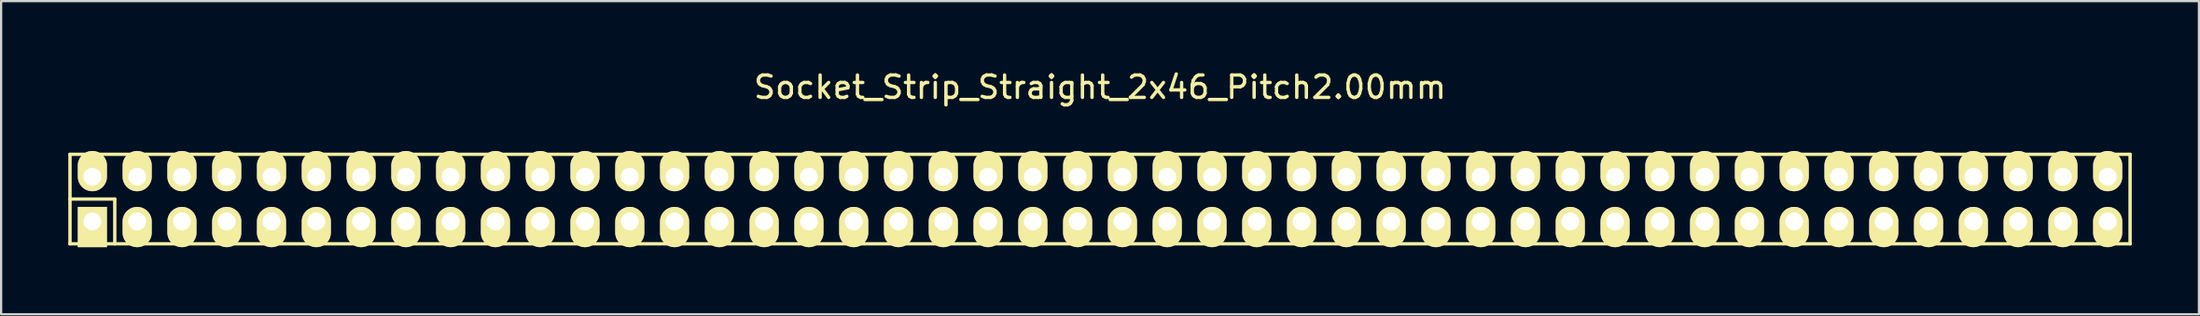
<source format=kicad_pcb>
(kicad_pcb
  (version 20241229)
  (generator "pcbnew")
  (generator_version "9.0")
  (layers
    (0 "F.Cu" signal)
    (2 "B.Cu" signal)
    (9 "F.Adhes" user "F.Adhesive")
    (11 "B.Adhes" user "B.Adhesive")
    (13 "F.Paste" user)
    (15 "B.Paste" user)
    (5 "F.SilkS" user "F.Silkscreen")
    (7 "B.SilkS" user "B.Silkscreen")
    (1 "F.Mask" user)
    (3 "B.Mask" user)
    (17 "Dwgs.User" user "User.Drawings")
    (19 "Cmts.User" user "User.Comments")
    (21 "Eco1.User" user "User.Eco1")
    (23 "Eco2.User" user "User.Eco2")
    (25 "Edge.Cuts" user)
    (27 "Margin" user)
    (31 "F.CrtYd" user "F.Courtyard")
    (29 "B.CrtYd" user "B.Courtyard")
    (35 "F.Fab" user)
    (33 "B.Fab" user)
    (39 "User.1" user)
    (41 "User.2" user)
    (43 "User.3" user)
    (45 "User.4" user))
  (footprint "Socket_Strip_Straight_2x46_Pitch2.00mm"
    (layer "F.Cu")
    (at 46.075 5.848)
    (property "Reference" "Socket_Strip_Straight_2x46_Pitch2.00mm" (at 0 -5 0) (layer "F.SilkS") (effects (font (size 1 1) (thickness 0.15))))
    (attr through_hole)
    (fp_line (start -46 -2) (end 46 -2) (stroke (width 0.15) (type solid)) (layer "F.SilkS"))
    (fp_line (start -46 0) (end -44 0) (stroke (width 0.15) (type solid)) (layer "F.SilkS"))
    (fp_line (start -46 2) (end -46 -2) (stroke (width 0.15) (type solid)) (layer "F.SilkS"))
    (fp_line (start -44 0) (end -44 2) (stroke (width 0.15) (type solid)) (layer "F.SilkS"))
    (fp_line (start 46 -2) (end 46 2) (stroke (width 0.15) (type solid)) (layer "F.SilkS"))
    (fp_line (start 46 2) (end -46 2) (stroke (width 0.15) (type solid)) (layer "F.SilkS"))
    (pad "1" thru_hole rect (at -45 1) (size 1.3 1.8) (drill 0.8 (offset 0 0.25)) (layers "*.Cu" "*.Mask" "F.SilkS"))
    (pad "2" thru_hole oval (at -45 -1) (size 1.3 1.8) (drill 0.8 (offset 0 -0.25)) (layers "*.Cu" "*.Mask" "F.SilkS"))
    (pad "3" thru_hole oval (at -43 1) (size 1.3 1.8) (drill 0.8 (offset 0 0.25)) (layers "*.Cu" "*.Mask" "F.SilkS"))
    (pad "4" thru_hole oval (at -43 -1) (size 1.3 1.8) (drill 0.8 (offset 0 -0.25)) (layers "*.Cu" "*.Mask" "F.SilkS"))
    (pad "5" thru_hole oval (at -41 1) (size 1.3 1.8) (drill 0.8 (offset 0 0.25)) (layers "*.Cu" "*.Mask" "F.SilkS"))
    (pad "6" thru_hole oval (at -41 -1) (size 1.3 1.8) (drill 0.8 (offset 0 -0.25)) (layers "*.Cu" "*.Mask" "F.SilkS"))
    (pad "7" thru_hole oval (at -39 1) (size 1.3 1.8) (drill 0.8 (offset 0 0.25)) (layers "*.Cu" "*.Mask" "F.SilkS"))
    (pad "8" thru_hole oval (at -39 -1) (size 1.3 1.8) (drill 0.8 (offset 0 -0.25)) (layers "*.Cu" "*.Mask" "F.SilkS"))
    (pad "9" thru_hole oval (at -37 1) (size 1.3 1.8) (drill 0.8 (offset 0 0.25)) (layers "*.Cu" "*.Mask" "F.SilkS"))
    (pad "10" thru_hole oval (at -37 -1) (size 1.3 1.8) (drill 0.8 (offset 0 -0.25)) (layers "*.Cu" "*.Mask" "F.SilkS"))
    (pad "11" thru_hole oval (at -35 1) (size 1.3 1.8) (drill 0.8 (offset 0 0.25)) (layers "*.Cu" "*.Mask" "F.SilkS"))
    (pad "12" thru_hole oval (at -35 -1) (size 1.3 1.8) (drill 0.8 (offset 0 -0.25)) (layers "*.Cu" "*.Mask" "F.SilkS"))
    (pad "13" thru_hole oval (at -33 1) (size 1.3 1.8) (drill 0.8 (offset 0 0.25)) (layers "*.Cu" "*.Mask" "F.SilkS"))
    (pad "14" thru_hole oval (at -33 -1) (size 1.3 1.8) (drill 0.8 (offset 0 -0.25)) (layers "*.Cu" "*.Mask" "F.SilkS"))
    (pad "15" thru_hole oval (at -31 1) (size 1.3 1.8) (drill 0.8 (offset 0 0.25)) (layers "*.Cu" "*.Mask" "F.SilkS"))
    (pad "16" thru_hole oval (at -31 -1) (size 1.3 1.8) (drill 0.8 (offset 0 -0.25)) (layers "*.Cu" "*.Mask" "F.SilkS"))
    (pad "17" thru_hole oval (at -29 1) (size 1.3 1.8) (drill 0.8 (offset 0 0.25)) (layers "*.Cu" "*.Mask" "F.SilkS"))
    (pad "18" thru_hole oval (at -29 -1) (size 1.3 1.8) (drill 0.8 (offset 0 -0.25)) (layers "*.Cu" "*.Mask" "F.SilkS"))
    (pad "19" thru_hole oval (at -27 1) (size 1.3 1.8) (drill 0.8 (offset 0 0.25)) (layers "*.Cu" "*.Mask" "F.SilkS"))
    (pad "20" thru_hole oval (at -27 -1) (size 1.3 1.8) (drill 0.8 (offset 0 -0.25)) (layers "*.Cu" "*.Mask" "F.SilkS"))
    (pad "21" thru_hole oval (at -25 1) (size 1.3 1.8) (drill 0.8 (offset 0 0.25)) (layers "*.Cu" "*.Mask" "F.SilkS"))
    (pad "22" thru_hole oval (at -25 -1) (size 1.3 1.8) (drill 0.8 (offset 0 -0.25)) (layers "*.Cu" "*.Mask" "F.SilkS"))
    (pad "23" thru_hole oval (at -23 1) (size 1.3 1.8) (drill 0.8 (offset 0 0.25)) (layers "*.Cu" "*.Mask" "F.SilkS"))
    (pad "24" thru_hole oval (at -23 -1) (size 1.3 1.8) (drill 0.8 (offset 0 -0.25)) (layers "*.Cu" "*.Mask" "F.SilkS"))
    (pad "25" thru_hole oval (at -21 1) (size 1.3 1.8) (drill 0.8 (offset 0 0.25)) (layers "*.Cu" "*.Mask" "F.SilkS"))
    (pad "26" thru_hole oval (at -21 -1) (size 1.3 1.8) (drill 0.8 (offset 0 -0.25)) (layers "*.Cu" "*.Mask" "F.SilkS"))
    (pad "27" thru_hole oval (at -19 1) (size 1.3 1.8) (drill 0.8 (offset 0 0.25)) (layers "*.Cu" "*.Mask" "F.SilkS"))
    (pad "28" thru_hole oval (at -19 -1) (size 1.3 1.8) (drill 0.8 (offset 0 -0.25)) (layers "*.Cu" "*.Mask" "F.SilkS"))
    (pad "29" thru_hole oval (at -17 1) (size 1.3 1.8) (drill 0.8 (offset 0 0.25)) (layers "*.Cu" "*.Mask" "F.SilkS"))
    (pad "30" thru_hole oval (at -17 -1) (size 1.3 1.8) (drill 0.8 (offset 0 -0.25)) (layers "*.Cu" "*.Mask" "F.SilkS"))
    (pad "31" thru_hole oval (at -15 1) (size 1.3 1.8) (drill 0.8 (offset 0 0.25)) (layers "*.Cu" "*.Mask" "F.SilkS"))
    (pad "32" thru_hole oval (at -15 -1) (size 1.3 1.8) (drill 0.8 (offset 0 -0.25)) (layers "*.Cu" "*.Mask" "F.SilkS"))
    (pad "33" thru_hole oval (at -13 1) (size 1.3 1.8) (drill 0.8 (offset 0 0.25)) (layers "*.Cu" "*.Mask" "F.SilkS"))
    (pad "34" thru_hole oval (at -13 -1) (size 1.3 1.8) (drill 0.8 (offset 0 -0.25)) (layers "*.Cu" "*.Mask" "F.SilkS"))
    (pad "35" thru_hole oval (at -11 1) (size 1.3 1.8) (drill 0.8 (offset 0 0.25)) (layers "*.Cu" "*.Mask" "F.SilkS"))
    (pad "36" thru_hole oval (at -11 -1) (size 1.3 1.8) (drill 0.8 (offset 0 -0.25)) (layers "*.Cu" "*.Mask" "F.SilkS"))
    (pad "37" thru_hole oval (at -9 1) (size 1.3 1.8) (drill 0.8 (offset 0 0.25)) (layers "*.Cu" "*.Mask" "F.SilkS"))
    (pad "38" thru_hole oval (at -9 -1) (size 1.3 1.8) (drill 0.8 (offset 0 -0.25)) (layers "*.Cu" "*.Mask" "F.SilkS"))
    (pad "39" thru_hole oval (at -7 1) (size 1.3 1.8) (drill 0.8 (offset 0 0.25)) (layers "*.Cu" "*.Mask" "F.SilkS"))
    (pad "40" thru_hole oval (at -7 -1) (size 1.3 1.8) (drill 0.8 (offset 0 -0.25)) (layers "*.Cu" "*.Mask" "F.SilkS"))
    (pad "41" thru_hole oval (at -5 1) (size 1.3 1.8) (drill 0.8 (offset 0 0.25)) (layers "*.Cu" "*.Mask" "F.SilkS"))
    (pad "42" thru_hole oval (at -5 -1) (size 1.3 1.8) (drill 0.8 (offset 0 -0.25)) (layers "*.Cu" "*.Mask" "F.SilkS"))
    (pad "43" thru_hole oval (at -3 1) (size 1.3 1.8) (drill 0.8 (offset 0 0.25)) (layers "*.Cu" "*.Mask" "F.SilkS"))
    (pad "44" thru_hole oval (at -3 -1) (size 1.3 1.8) (drill 0.8 (offset 0 -0.25)) (layers "*.Cu" "*.Mask" "F.SilkS"))
    (pad "45" thru_hole oval (at -1 1) (size 1.3 1.8) (drill 0.8 (offset 0 0.25)) (layers "*.Cu" "*.Mask" "F.SilkS"))
    (pad "46" thru_hole oval (at -1 -1) (size 1.3 1.8) (drill 0.8 (offset 0 -0.25)) (layers "*.Cu" "*.Mask" "F.SilkS"))
    (pad "47" thru_hole oval (at 1 1) (size 1.3 1.8) (drill 0.8 (offset 0 0.25)) (layers "*.Cu" "*.Mask" "F.SilkS"))
    (pad "48" thru_hole oval (at 1 -1) (size 1.3 1.8) (drill 0.8 (offset 0 -0.25)) (layers "*.Cu" "*.Mask" "F.SilkS"))
    (pad "49" thru_hole oval (at 3 1) (size 1.3 1.8) (drill 0.8 (offset 0 0.25)) (layers "*.Cu" "*.Mask" "F.SilkS"))
    (pad "50" thru_hole oval (at 3 -1) (size 1.3 1.8) (drill 0.8 (offset 0 -0.25)) (layers "*.Cu" "*.Mask" "F.SilkS"))
    (pad "51" thru_hole oval (at 5 1) (size 1.3 1.8) (drill 0.8 (offset 0 0.25)) (layers "*.Cu" "*.Mask" "F.SilkS"))
    (pad "52" thru_hole oval (at 5 -1) (size 1.3 1.8) (drill 0.8 (offset 0 -0.25)) (layers "*.Cu" "*.Mask" "F.SilkS"))
    (pad "53" thru_hole oval (at 7 1) (size 1.3 1.8) (drill 0.8 (offset 0 0.25)) (layers "*.Cu" "*.Mask" "F.SilkS"))
    (pad "54" thru_hole oval (at 7 -1) (size 1.3 1.8) (drill 0.8 (offset 0 -0.25)) (layers "*.Cu" "*.Mask" "F.SilkS"))
    (pad "55" thru_hole oval (at 9 1) (size 1.3 1.8) (drill 0.8 (offset 0 0.25)) (layers "*.Cu" "*.Mask" "F.SilkS"))
    (pad "56" thru_hole oval (at 9 -1) (size 1.3 1.8) (drill 0.8 (offset 0 -0.25)) (layers "*.Cu" "*.Mask" "F.SilkS"))
    (pad "57" thru_hole oval (at 11 1) (size 1.3 1.8) (drill 0.8 (offset 0 0.25)) (layers "*.Cu" "*.Mask" "F.SilkS"))
    (pad "58" thru_hole oval (at 11 -1) (size 1.3 1.8) (drill 0.8 (offset 0 -0.25)) (layers "*.Cu" "*.Mask" "F.SilkS"))
    (pad "59" thru_hole oval (at 13 1) (size 1.3 1.8) (drill 0.8 (offset 0 0.25)) (layers "*.Cu" "*.Mask" "F.SilkS"))
    (pad "60" thru_hole oval (at 13 -1) (size 1.3 1.8) (drill 0.8 (offset 0 -0.25)) (layers "*.Cu" "*.Mask" "F.SilkS"))
    (pad "61" thru_hole oval (at 15 1) (size 1.3 1.8) (drill 0.8 (offset 0 0.25)) (layers "*.Cu" "*.Mask" "F.SilkS"))
    (pad "62" thru_hole oval (at 15 -1) (size 1.3 1.8) (drill 0.8 (offset 0 -0.25)) (layers "*.Cu" "*.Mask" "F.SilkS"))
    (pad "63" thru_hole oval (at 17 1) (size 1.3 1.8) (drill 0.8 (offset 0 0.25)) (layers "*.Cu" "*.Mask" "F.SilkS"))
    (pad "64" thru_hole oval (at 17 -1) (size 1.3 1.8) (drill 0.8 (offset 0 -0.25)) (layers "*.Cu" "*.Mask" "F.SilkS"))
    (pad "65" thru_hole oval (at 19 1) (size 1.3 1.8) (drill 0.8 (offset 0 0.25)) (layers "*.Cu" "*.Mask" "F.SilkS"))
    (pad "66" thru_hole oval (at 19 -1) (size 1.3 1.8) (drill 0.8 (offset 0 -0.25)) (layers "*.Cu" "*.Mask" "F.SilkS"))
    (pad "67" thru_hole oval (at 21 1) (size 1.3 1.8) (drill 0.8 (offset 0 0.25)) (layers "*.Cu" "*.Mask" "F.SilkS"))
    (pad "68" thru_hole oval (at 21 -1) (size 1.3 1.8) (drill 0.8 (offset 0 -0.25)) (layers "*.Cu" "*.Mask" "F.SilkS"))
    (pad "69" thru_hole oval (at 23 1) (size 1.3 1.8) (drill 0.8 (offset 0 0.25)) (layers "*.Cu" "*.Mask" "F.SilkS"))
    (pad "70" thru_hole oval (at 23 -1) (size 1.3 1.8) (drill 0.8 (offset 0 -0.25)) (layers "*.Cu" "*.Mask" "F.SilkS"))
    (pad "71" thru_hole oval (at 25 1) (size 1.3 1.8) (drill 0.8 (offset 0 0.25)) (layers "*.Cu" "*.Mask" "F.SilkS"))
    (pad "72" thru_hole oval (at 25 -1) (size 1.3 1.8) (drill 0.8 (offset 0 -0.25)) (layers "*.Cu" "*.Mask" "F.SilkS"))
    (pad "73" thru_hole oval (at 27 1) (size 1.3 1.8) (drill 0.8 (offset 0 0.25)) (layers "*.Cu" "*.Mask" "F.SilkS"))
    (pad "74" thru_hole oval (at 27 -1) (size 1.3 1.8) (drill 0.8 (offset 0 -0.25)) (layers "*.Cu" "*.Mask" "F.SilkS"))
    (pad "75" thru_hole oval (at 29 1) (size 1.3 1.8) (drill 0.8 (offset 0 0.25)) (layers "*.Cu" "*.Mask" "F.SilkS"))
    (pad "76" thru_hole oval (at 29 -1) (size 1.3 1.8) (drill 0.8 (offset 0 -0.25)) (layers "*.Cu" "*.Mask" "F.SilkS"))
    (pad "77" thru_hole oval (at 31 1) (size 1.3 1.8) (drill 0.8 (offset 0 0.25)) (layers "*.Cu" "*.Mask" "F.SilkS"))
    (pad "78" thru_hole oval (at 31 -1) (size 1.3 1.8) (drill 0.8 (offset 0 -0.25)) (layers "*.Cu" "*.Mask" "F.SilkS"))
    (pad "79" thru_hole oval (at 33 1) (size 1.3 1.8) (drill 0.8 (offset 0 0.25)) (layers "*.Cu" "*.Mask" "F.SilkS"))
    (pad "80" thru_hole oval (at 33 -1) (size 1.3 1.8) (drill 0.8 (offset 0 -0.25)) (layers "*.Cu" "*.Mask" "F.SilkS"))
    (pad "81" thru_hole oval (at 35 1) (size 1.3 1.8) (drill 0.8 (offset 0 0.25)) (layers "*.Cu" "*.Mask" "F.SilkS"))
    (pad "82" thru_hole oval (at 35 -1) (size 1.3 1.8) (drill 0.8 (offset 0 -0.25)) (layers "*.Cu" "*.Mask" "F.SilkS"))
    (pad "83" thru_hole oval (at 37 1) (size 1.3 1.8) (drill 0.8 (offset 0 0.25)) (layers "*.Cu" "*.Mask" "F.SilkS"))
    (pad "84" thru_hole oval (at 37 -1) (size 1.3 1.8) (drill 0.8 (offset 0 -0.25)) (layers "*.Cu" "*.Mask" "F.SilkS"))
    (pad "85" thru_hole oval (at 39 1) (size 1.3 1.8) (drill 0.8 (offset 0 0.25)) (layers "*.Cu" "*.Mask" "F.SilkS"))
    (pad "86" thru_hole oval (at 39 -1) (size 1.3 1.8) (drill 0.8 (offset 0 -0.25)) (layers "*.Cu" "*.Mask" "F.SilkS"))
    (pad "87" thru_hole oval (at 41 1) (size 1.3 1.8) (drill 0.8 (offset 0 0.25)) (layers "*.Cu" "*.Mask" "F.SilkS"))
    (pad "88" thru_hole oval (at 41 -1) (size 1.3 1.8) (drill 0.8 (offset 0 -0.25)) (layers "*.Cu" "*.Mask" "F.SilkS"))
    (pad "89" thru_hole oval (at 43 1) (size 1.3 1.8) (drill 0.8 (offset 0 0.25)) (layers "*.Cu" "*.Mask" "F.SilkS"))
    (pad "90" thru_hole oval (at 43 -1) (size 1.3 1.8) (drill 0.8 (offset 0 -0.25)) (layers "*.Cu" "*.Mask" "F.SilkS"))
    (pad "91" thru_hole oval (at 45 1) (size 1.3 1.8) (drill 0.8 (offset 0 0.25)) (layers "*.Cu" "*.Mask" "F.SilkS"))
    (pad "92" thru_hole oval (at 45 -1) (size 1.3 1.8) (drill 0.8 (offset 0 -0.25)) (layers "*.Cu" "*.Mask" "F.SilkS")))
  (gr_rect
    (start -3 -3)
    (end 95.15 10.998)
    (stroke (width 0.1) (type default))
    (fill no)
    (layer "Edge.Cuts")))
</source>
